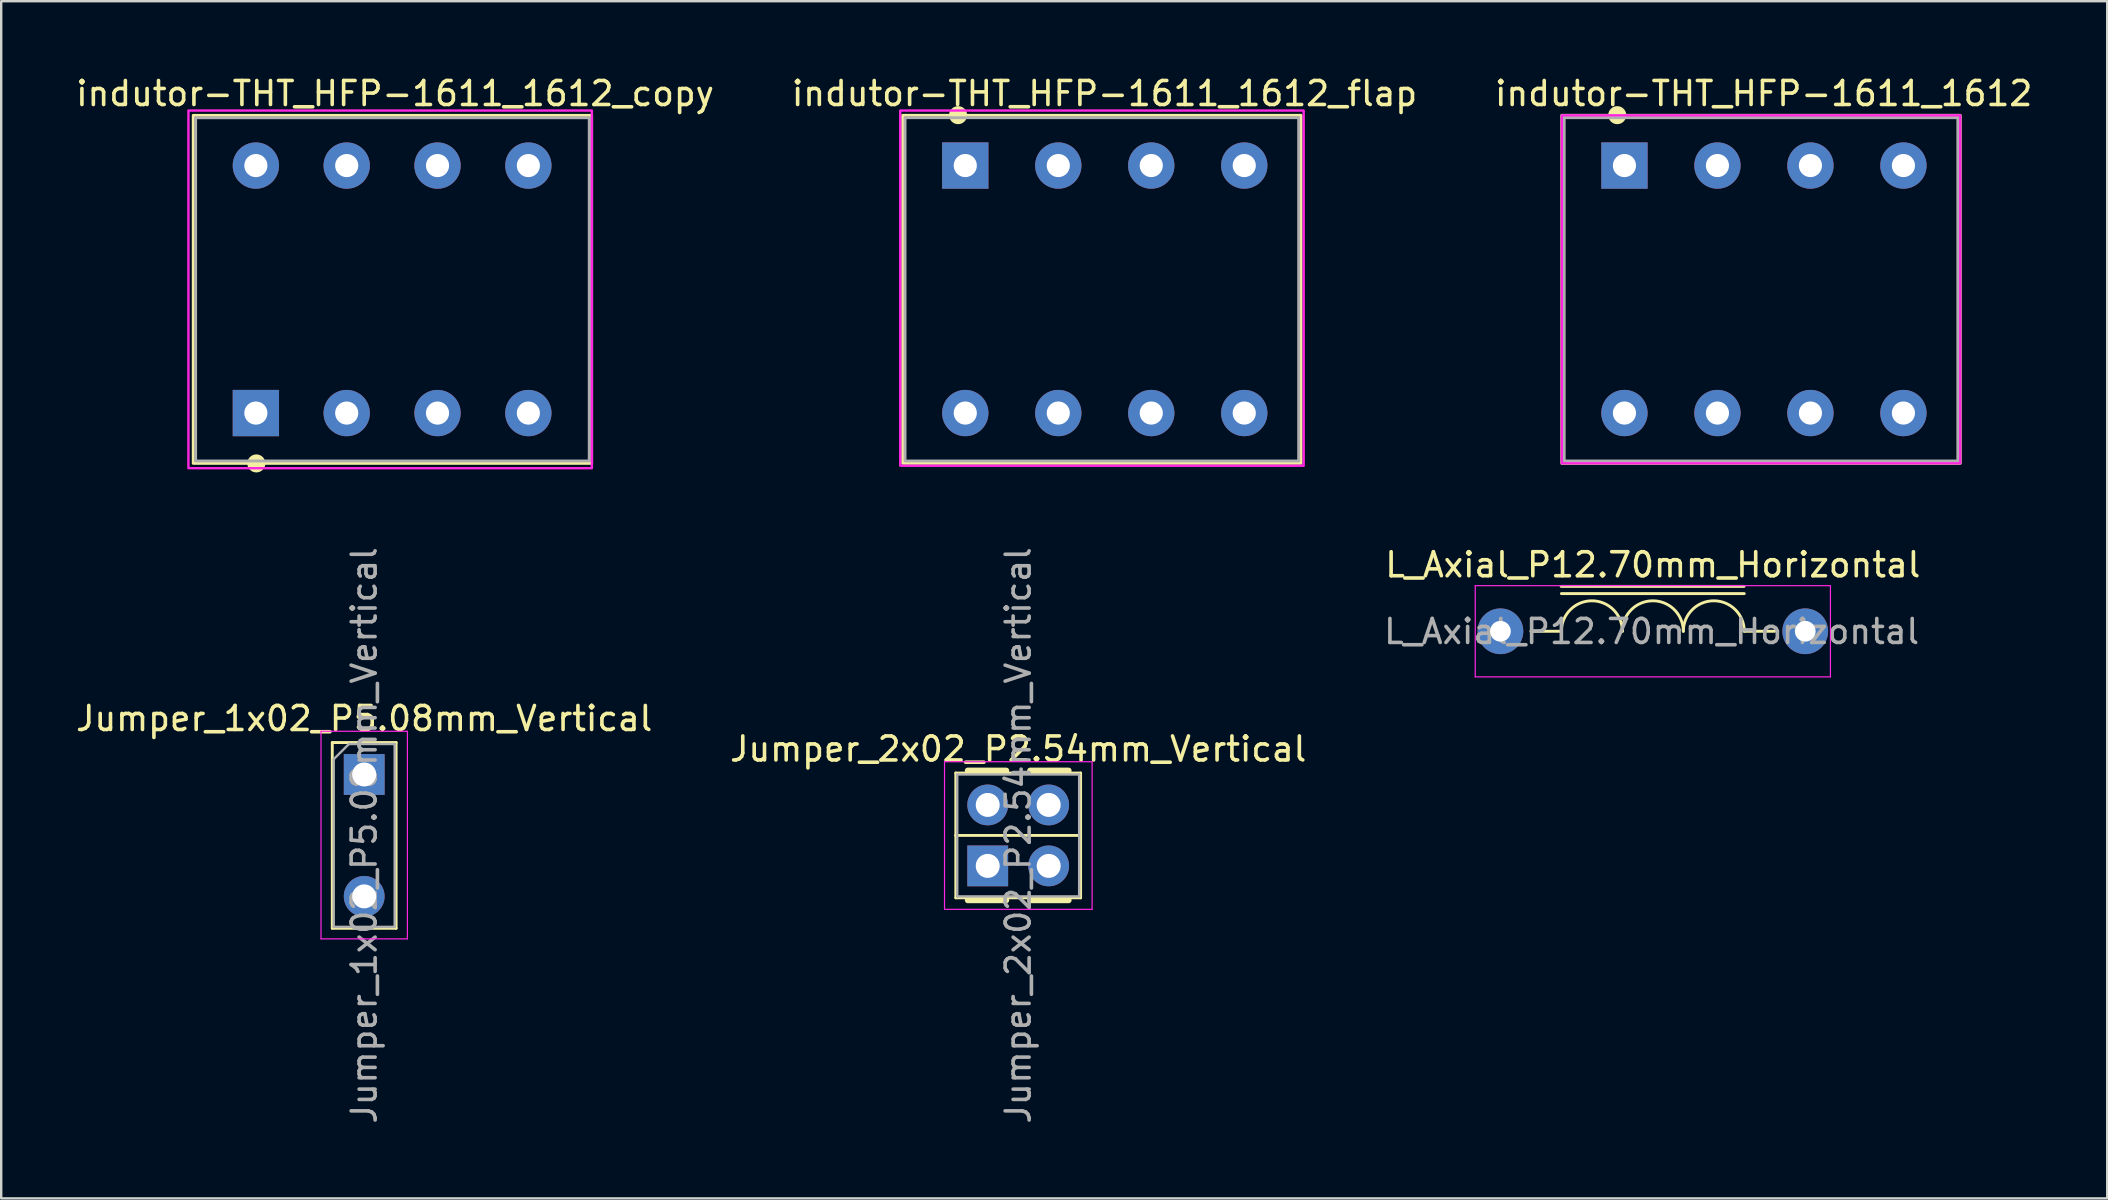
<source format=kicad_pcb>
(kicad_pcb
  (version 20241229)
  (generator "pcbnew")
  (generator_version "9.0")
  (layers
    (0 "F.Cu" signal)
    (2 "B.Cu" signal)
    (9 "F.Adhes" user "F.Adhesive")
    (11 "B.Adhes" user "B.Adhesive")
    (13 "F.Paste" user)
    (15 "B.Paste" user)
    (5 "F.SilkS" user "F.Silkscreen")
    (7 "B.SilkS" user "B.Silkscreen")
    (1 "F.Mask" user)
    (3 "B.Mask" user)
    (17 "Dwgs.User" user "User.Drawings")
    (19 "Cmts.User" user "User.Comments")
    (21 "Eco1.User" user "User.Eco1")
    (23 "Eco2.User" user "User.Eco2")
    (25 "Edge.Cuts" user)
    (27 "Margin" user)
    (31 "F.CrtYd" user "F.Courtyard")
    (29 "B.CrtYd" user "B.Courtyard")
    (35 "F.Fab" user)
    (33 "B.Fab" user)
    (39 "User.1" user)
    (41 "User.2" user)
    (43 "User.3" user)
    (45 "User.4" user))
  (footprint "Jumper_2x02_P2.54mm_Vertical"
    (layer "F.Cu")
    (at 39.375 34.359)
    (property "Reference" "Jumper_2x02_P2.54mm_Vertical" (at 0 -6.2 0) (layer "F.SilkS") (effects (font (size 1 1) (thickness 0.15))))
    (attr through_hole)
    (fp_line (start -2.6 -5.2) (end 2.6 -5.2) (stroke (width 0.12) (type solid)) (layer "F.SilkS"))
    (fp_line (start -2.6 -2.6) (end -2.6 -5.2) (stroke (width 0.12) (type solid)) (layer "F.SilkS"))
    (fp_line (start -2.6 -2.6) (end -2.6 0) (stroke (width 0.12) (type solid)) (layer "F.SilkS"))
    (fp_line (start -2.6 0) (end 2.6 0) (stroke (width 0.12) (type solid)) (layer "F.SilkS"))
    (fp_line (start -2.1 -5.3) (end -0.5 -5.3) (stroke (width 0.25) (type solid)) (layer "F.SilkS"))
    (fp_line (start -2.1 0.1) (end -0.5 0.1) (stroke (width 0.25) (type solid)) (layer "F.SilkS"))
    (fp_line (start 0.5 -5.3) (end 2.1 -5.3) (stroke (width 0.25) (type solid)) (layer "F.SilkS"))
    (fp_line (start 0.5 0.1) (end 2.1 0.1) (stroke (width 0.25) (type solid)) (layer "F.SilkS"))
    (fp_line (start 2.6 -5.2) (end 2.6 0) (stroke (width 0.12) (type solid)) (layer "F.SilkS"))
    (fp_line (start 2.6 -2.6) (end -2.6 -2.6) (stroke (width 0.12) (type solid)) (layer "F.SilkS"))
    (fp_line (start -3.07 -5.67) (end -3.07 0.48) (stroke (width 0.05) (type solid)) (layer "F.CrtYd"))
    (fp_line (start -3.07 0.48) (end 3.08 0.48) (stroke (width 0.05) (type solid)) (layer "F.CrtYd"))
    (fp_line (start 3.08 -5.67) (end -3.07 -5.67) (stroke (width 0.05) (type solid)) (layer "F.CrtYd"))
    (fp_line (start 3.08 0.48) (end 3.08 -5.67) (stroke (width 0.05) (type solid)) (layer "F.CrtYd"))
    (fp_line (start -2.54 -5.14) (end 2.54 -5.14) (stroke (width 0.1) (type solid)) (layer "F.Fab"))
    (fp_line (start -2.54 -0.06) (end -2.54 -5.14) (stroke (width 0.1) (type solid)) (layer "F.Fab"))
    (fp_line (start 2.54 -5.14) (end 2.54 -0.06) (stroke (width 0.1) (type solid)) (layer "F.Fab"))
    (fp_line (start 2.54 -0.06) (end -2.54 -0.06) (stroke (width 0.1) (type solid)) (layer "F.Fab"))
    (fp_text user "${REFERENCE}" (at 0 -2.6 90) (layer "F.Fab") (effects (font (size 1 1) (thickness 0.15))))
    (pad "1" thru_hole rect (at -1.27 -1.33) (size 1.7 1.7) (drill 1) (layers "*.Cu" "*.Mask"))
    (pad "2" thru_hole oval (at 1.27 -1.33) (size 1.7 1.7) (drill 1) (layers "*.Cu" "*.Mask"))
    (pad "3" thru_hole oval (at 1.27 -3.87) (size 1.7 1.7) (drill 1) (layers "*.Cu" "*.Mask"))
    (pad "4" thru_hole circle (at -1.27 -3.87) (size 1.7 1.7) (drill 1) (layers "*.Cu" "*.Mask")))
  (footprint "indutor-THT_HFP-1611_1612_copy"
    (layer "F.Cu")
    (at 7.611 14.161)
    (property "Reference" "indutor-THT_HFP-1611_1612_copy" (at 5.8 -13.312 0) (unlocked yes) (layer "F.SilkS") (effects (font (size 1 1) (thickness 0.15))))
    (attr smd)
    (fp_rect (start -2.61 -12.405) (end 13.991 2.095) (stroke (width 0.12) (type default)) (fill no) (layer "F.SilkS"))
    (fp_circle (center 0.02 2.098) (end 0.336 2.098) (stroke (width 0.12) (type solid)) (fill yes) (layer "F.SilkS"))
    (fp_rect (start -2.81 -12.605) (end 14 2.296) (stroke (width 0.1) (type default)) (fill no) (layer "F.CrtYd"))
    (fp_rect (start -2.51 -12.305) (end 13.891 1.996) (stroke (width 0.12) (type default)) (fill no) (layer "F.Fab"))
    (pad "1" thru_hole rect (at 0 0) (size 1.93 1.93) (drill 0.965) (layers "*.Cu" "*.Mask"))
    (pad "2" thru_hole circle (at 3.785 0) (size 1.93 1.93) (drill 0.965) (layers "*.Cu" "*.Mask"))
    (pad "3" thru_hole circle (at 7.569 0) (size 1.93 1.93) (drill 0.965) (layers "*.Cu" "*.Mask"))
    (pad "4" thru_hole circle (at 11.354 0) (size 1.93 1.93) (drill 0.965) (layers "*.Cu" "*.Mask"))
    (pad "5" thru_hole circle (at 0 -10.312) (size 1.93 1.93) (drill 0.965) (layers "*.Cu" "*.Mask"))
    (pad "6" thru_hole circle (at 3.785 -10.312) (size 1.93 1.93) (drill 0.965) (layers "*.Cu" "*.Mask"))
    (pad "7" thru_hole circle (at 7.569 -10.312) (size 1.93 1.93) (drill 0.965) (layers "*.Cu" "*.Mask"))
    (pad "8" thru_hole circle (at 11.354 -10.312) (size 1.93 1.93) (drill 0.965) (layers "*.Cu" "*.Mask")))
  (footprint "indutor-THT_HFP-1611_1612"
    (layer "F.Cu")
    (at 64.635 3.848)
    (property "Reference" "indutor-THT_HFP-1611_1612" (at 5.8 -3 0) (unlocked yes) (layer "F.SilkS") (effects (font (size 1 1) (thickness 0.15))))
    (attr smd)
    (fp_rect (start -2.61 -2.093) (end 13.991 12.408) (stroke (width 0.12) (type default)) (fill no) (layer "F.SilkS"))
    (fp_circle (center -0.3 -2.1) (end 0.016 -2.1) (stroke (width 0.12) (type solid)) (fill yes) (layer "F.SilkS"))
    (fp_rect (start -2.61 -2.093) (end 13.991 12.408) (stroke (width 0.1) (type default)) (fill no) (layer "F.CrtYd"))
    (fp_rect (start -2.51 -1.993) (end 13.891 12.308) (stroke (width 0.12) (type default)) (fill no) (layer "F.Fab"))
    (pad "1" thru_hole rect (at 0 0) (size 1.93 1.93) (drill 0.965) (layers "*.Cu" "*.Mask"))
    (pad "2" thru_hole circle (at 3.875 0) (size 1.93 1.93) (drill 0.965) (layers "*.Cu" "*.Mask"))
    (pad "3" thru_hole circle (at 7.749 0) (size 1.93 1.93) (drill 0.965) (layers "*.Cu" "*.Mask"))
    (pad "4" thru_hole circle (at 11.624 0) (size 1.93 1.93) (drill 0.965) (layers "*.Cu" "*.Mask"))
    (pad "5" thru_hole circle (at 0 10.312) (size 1.93 1.93) (drill 0.965) (layers "*.Cu" "*.Mask"))
    (pad "6" thru_hole circle (at 3.875 10.312) (size 1.93 1.93) (drill 0.965) (layers "*.Cu" "*.Mask"))
    (pad "7" thru_hole circle (at 7.749 10.312) (size 1.93 1.93) (drill 0.965) (layers "*.Cu" "*.Mask"))
    (pad "8" thru_hole circle (at 11.624 10.312) (size 1.93 1.93) (drill 0.965) (layers "*.Cu" "*.Mask")))
  (footprint "Jumper_1x02_P5.08mm_Vertical"
    (layer "F.Cu")
    (at 12.125 29.219)
    (property "Reference" "Jumper_1x02_P5.08mm_Vertical" (at 0 -2.33 0) (layer "F.SilkS") (effects (font (size 1 1) (thickness 0.15))))
    (attr through_hole)
    (fp_line (start -1.33 -1.33) (end -1.33 6.41) (stroke (width 0.12) (type solid)) (layer "F.SilkS"))
    (fp_line (start -1.33 -1.33) (end 1.33 -1.33) (stroke (width 0.12) (type solid)) (layer "F.SilkS"))
    (fp_line (start -1.33 6.41) (end 1.33 6.41) (stroke (width 0.12) (type solid)) (layer "F.SilkS"))
    (fp_line (start 1.33 -1.33) (end 1.33 6.41) (stroke (width 0.12) (type solid)) (layer "F.SilkS"))
    (fp_line (start -1.8 -1.8) (end -1.8 6.85) (stroke (width 0.05) (type solid)) (layer "F.CrtYd"))
    (fp_line (start -1.8 6.85) (end 1.8 6.85) (stroke (width 0.05) (type solid)) (layer "F.CrtYd"))
    (fp_line (start 1.8 -1.8) (end -1.8 -1.8) (stroke (width 0.05) (type solid)) (layer "F.CrtYd"))
    (fp_line (start 1.8 6.85) (end 1.8 -1.8) (stroke (width 0.05) (type solid)) (layer "F.CrtYd"))
    (fp_line (start -1.27 -0.635) (end -0.635 -1.27) (stroke (width 0.1) (type solid)) (layer "F.Fab"))
    (fp_line (start -1.27 6.35) (end -1.27 -0.635) (stroke (width 0.1) (type solid)) (layer "F.Fab"))
    (fp_line (start -0.635 -1.27) (end 1.27 -1.27) (stroke (width 0.1) (type solid)) (layer "F.Fab"))
    (fp_line (start 1.27 -1.27) (end 1.27 6.35) (stroke (width 0.1) (type solid)) (layer "F.Fab"))
    (fp_line (start 1.27 6.35) (end -1.27 6.35) (stroke (width 0.1) (type solid)) (layer "F.Fab"))
    (fp_text user "${REFERENCE}" (at 0 2.54 90) (layer "F.Fab") (effects (font (size 1 1) (thickness 0.15))))
    (pad "1" thru_hole rect (at 0 0) (size 1.7 1.7) (drill 1) (layers "*.Cu" "*.Mask"))
    (pad "2" thru_hole oval (at 0 5.08) (size 1.7 1.7) (drill 1) (layers "*.Cu" "*.Mask")))
  (footprint "L_Axial_P12.70mm_Horizontal"
    (layer "F.Cu")
    (at 59.468 23.253)
    (property "Reference" "L_Axial_P12.70mm_Horizontal" (at 6.35 -2.77 0) (layer "F.SilkS") (effects (font (size 1 1) (thickness 0.15))))
    (attr through_hole)
    (fp_line (start 2.54 0) (end 1.27 0) (stroke (width 0.12) (type default)) (layer "F.SilkS"))
    (fp_line (start 10.15 -1.87) (end 2.53 -1.87) (stroke (width 0.12) (type default)) (layer "F.SilkS"))
    (fp_line (start 10.16 -1.57) (end 2.54 -1.57) (stroke (width 0.12) (type default)) (layer "F.SilkS"))
    (fp_line (start 10.16 0) (end 11.43 0) (stroke (width 0.12) (type default)) (layer "F.SilkS"))
    (fp_arc (start 2.54 0) (mid 3.81 -1.27) (end 5.08 0) (stroke (width 0.12) (type default)) (layer "F.SilkS"))
    (fp_arc (start 5.08 0) (mid 6.35 -1.27) (end 7.62 0) (stroke (width 0.12) (type default)) (layer "F.SilkS"))
    (fp_arc (start 7.62 0) (mid 8.89 -1.27) (end 10.16 0) (stroke (width 0.12) (type default)) (layer "F.SilkS"))
    (fp_line (start -1.05 -1.9) (end -1.05 1.9) (stroke (width 0.05) (type solid)) (layer "F.CrtYd"))
    (fp_line (start -1.05 1.9) (end 13.75 1.9) (stroke (width 0.05) (type solid)) (layer "F.CrtYd"))
    (fp_line (start 13.75 -1.9) (end -1.05 -1.9) (stroke (width 0.05) (type solid)) (layer "F.CrtYd"))
    (fp_line (start 13.75 1.9) (end 13.75 -1.9) (stroke (width 0.05) (type solid)) (layer "F.CrtYd"))
    (fp_text user "${REFERENCE}" (at 6.3 0.01 0) (layer "F.Fab") (effects (font (size 1 1) (thickness 0.15))))
    (pad "1" thru_hole circle (at 0 0) (size 1.905 1.905) (drill 0.864) (layers "*.Cu" "*.Mask"))
    (pad "2" thru_hole circle (at 12.7 0) (size 1.905 1.905) (drill 0.864) (layers "*.Cu" "*.Mask")))
  (footprint "indutor-THT_HFP-1611_1612_flap"
    (layer "F.Cu")
    (at 37.17 3.848)
    (property "Reference" "indutor-THT_HFP-1611_1612_flap" (at 5.8 -3 0) (unlocked yes) (layer "F.SilkS") (effects (font (size 1 1) (thickness 0.15))))
    (attr smd)
    (fp_rect (start -2.61 -2.093) (end 13.991 12.408) (stroke (width 0.12) (type default)) (fill no) (layer "F.SilkS"))
    (fp_circle (center -0.3 -2.1) (end 0.016 -2.1) (stroke (width 0.12) (type solid)) (fill yes) (layer "F.SilkS"))
    (fp_rect (start -2.71 -2.293) (end 14.1 12.508) (stroke (width 0.1) (type default)) (fill no) (layer "F.CrtYd"))
    (fp_rect (start -2.51 -1.993) (end 13.891 12.308) (stroke (width 0.12) (type default)) (fill no) (layer "F.Fab"))
    (pad "1" thru_hole rect (at 0 0) (size 1.93 1.93) (drill 0.965) (layers "*.Cu" "*.Mask"))
    (pad "2" thru_hole circle (at 3.875 0) (size 1.93 1.93) (drill 0.965) (layers "*.Cu" "*.Mask"))
    (pad "3" thru_hole circle (at 7.749 0) (size 1.93 1.93) (drill 0.965) (layers "*.Cu" "*.Mask"))
    (pad "4" thru_hole circle (at 11.624 0) (size 1.93 1.93) (drill 0.965) (layers "*.Cu" "*.Mask"))
    (pad "5" thru_hole circle (at 0 10.312) (size 1.93 1.93) (drill 0.965) (layers "*.Cu" "*.Mask"))
    (pad "6" thru_hole circle (at 3.875 10.312) (size 1.93 1.93) (drill 0.965) (layers "*.Cu" "*.Mask"))
    (pad "7" thru_hole circle (at 7.749 10.312) (size 1.93 1.93) (drill 0.965) (layers "*.Cu" "*.Mask"))
    (pad "8" thru_hole circle (at 11.624 10.312) (size 1.93 1.93) (drill 0.965) (layers "*.Cu" "*.Mask")))
  (gr_rect
    (start -3 -3)
    (end 84.75 46.884)
    (stroke (width 0.1) (type default))
    (fill no)
    (layer "Edge.Cuts")))
</source>
